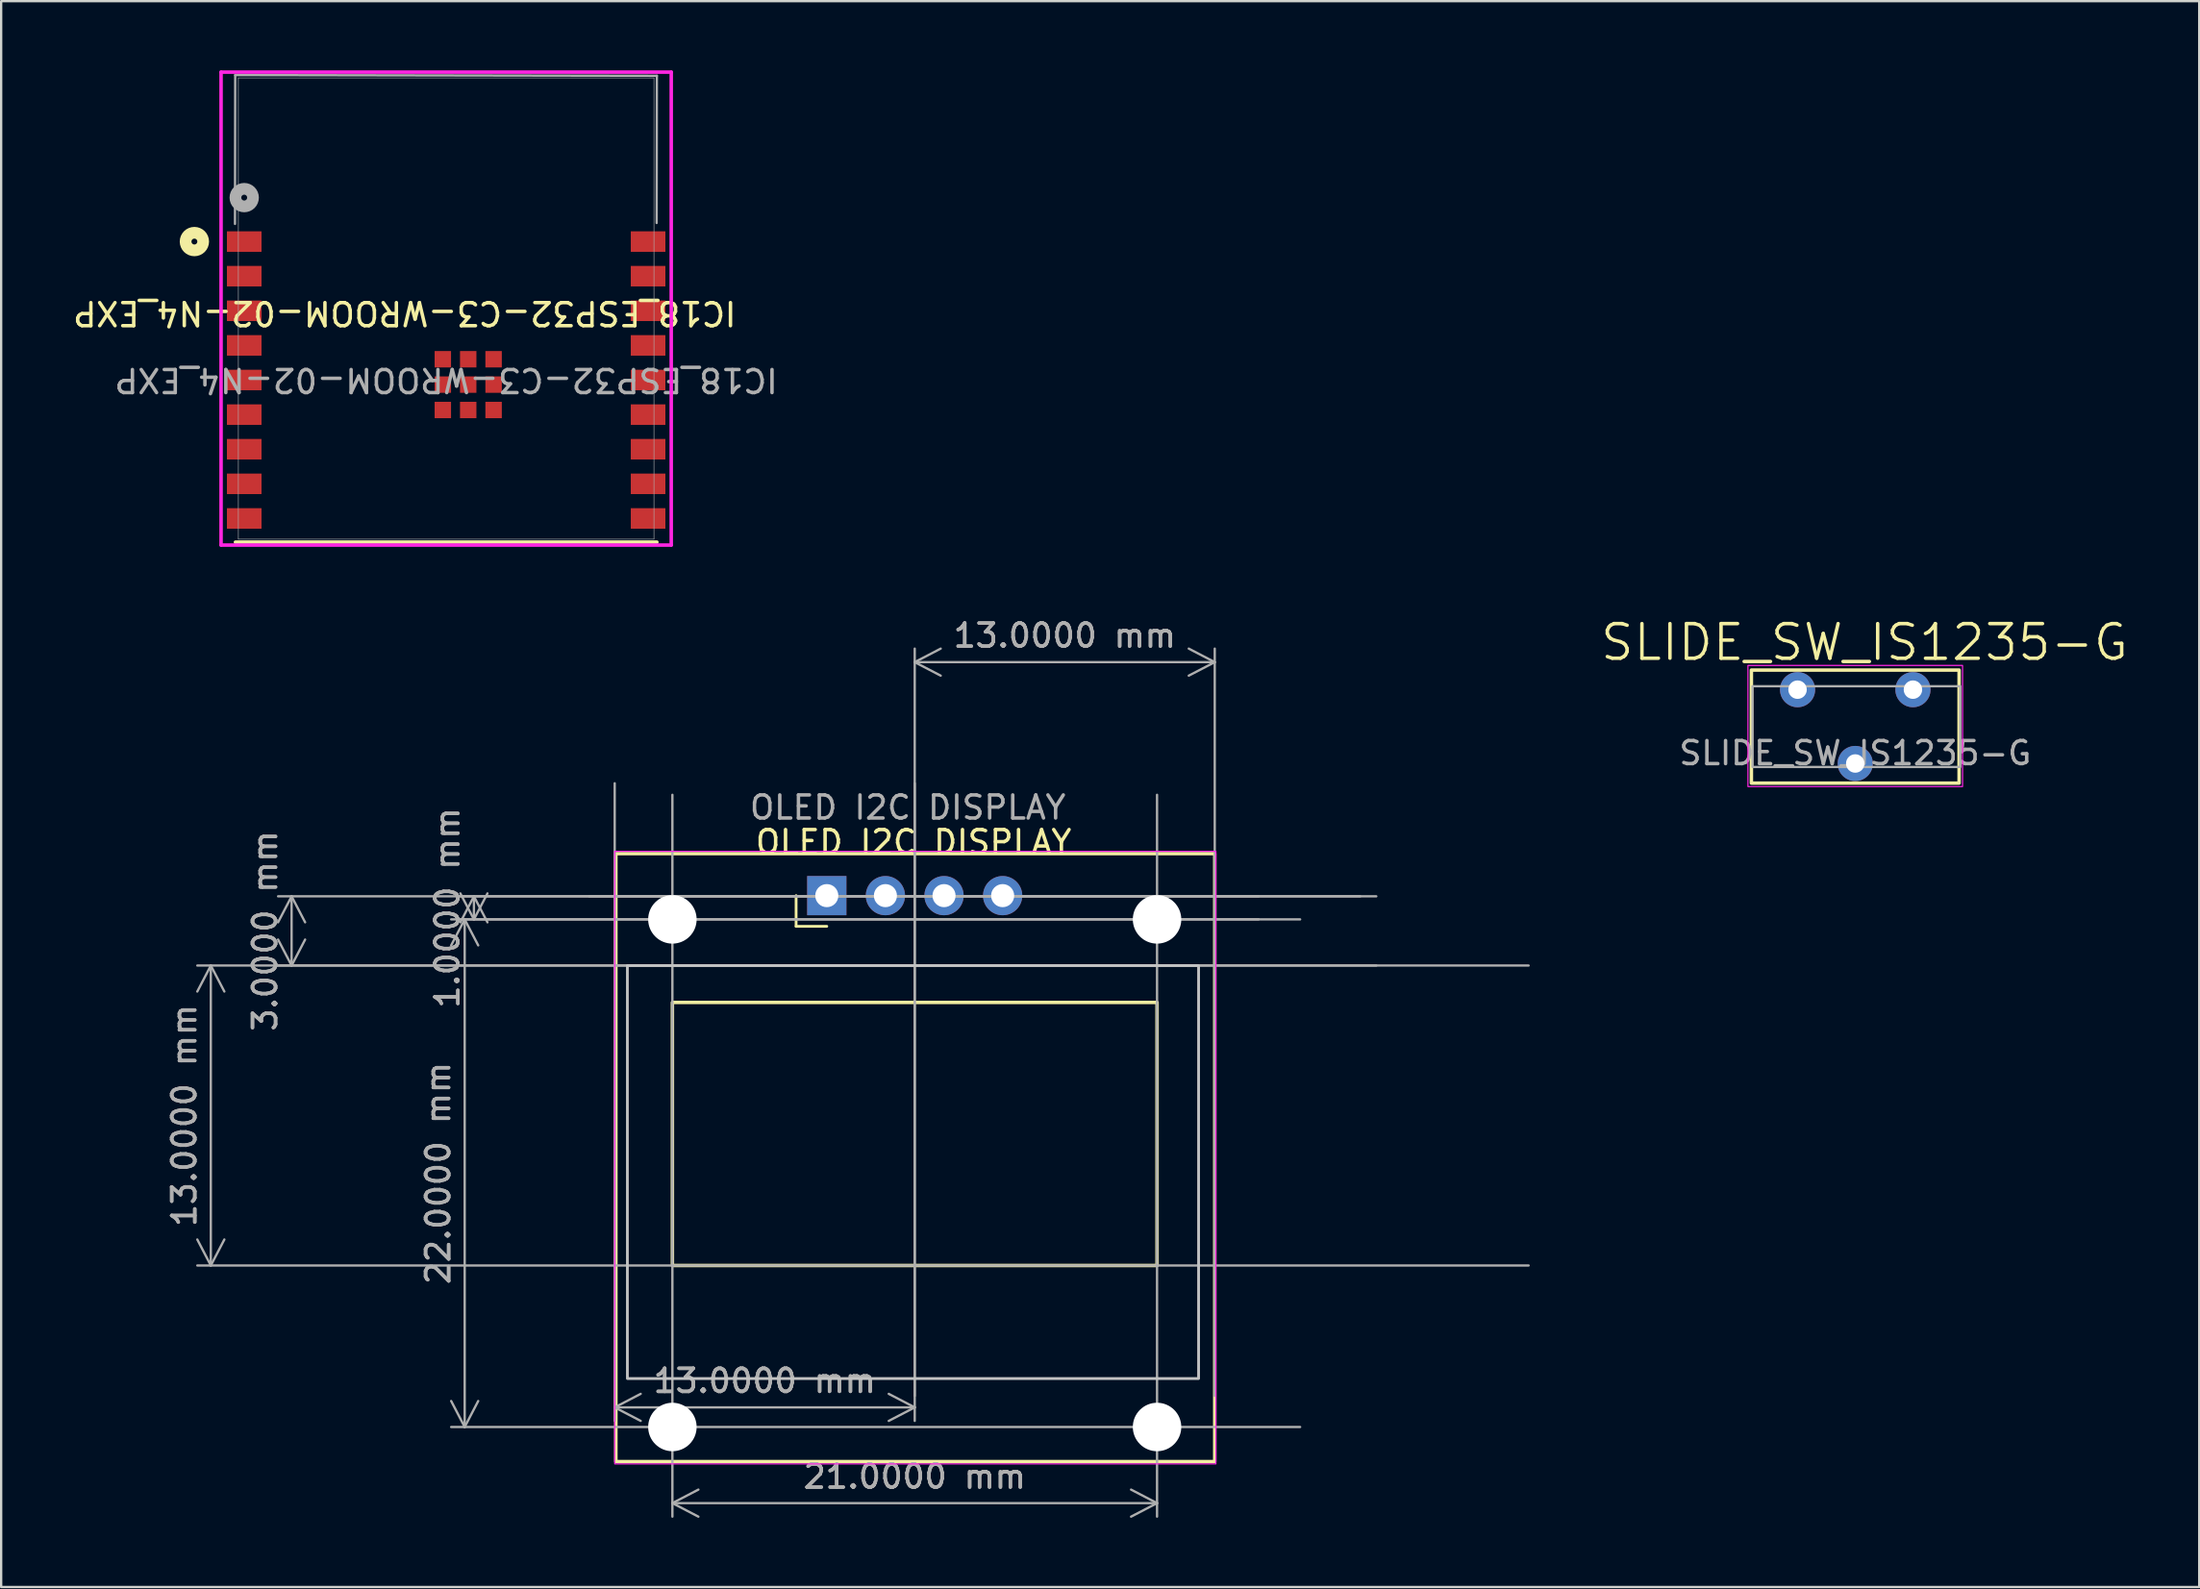
<source format=kicad_pcb>
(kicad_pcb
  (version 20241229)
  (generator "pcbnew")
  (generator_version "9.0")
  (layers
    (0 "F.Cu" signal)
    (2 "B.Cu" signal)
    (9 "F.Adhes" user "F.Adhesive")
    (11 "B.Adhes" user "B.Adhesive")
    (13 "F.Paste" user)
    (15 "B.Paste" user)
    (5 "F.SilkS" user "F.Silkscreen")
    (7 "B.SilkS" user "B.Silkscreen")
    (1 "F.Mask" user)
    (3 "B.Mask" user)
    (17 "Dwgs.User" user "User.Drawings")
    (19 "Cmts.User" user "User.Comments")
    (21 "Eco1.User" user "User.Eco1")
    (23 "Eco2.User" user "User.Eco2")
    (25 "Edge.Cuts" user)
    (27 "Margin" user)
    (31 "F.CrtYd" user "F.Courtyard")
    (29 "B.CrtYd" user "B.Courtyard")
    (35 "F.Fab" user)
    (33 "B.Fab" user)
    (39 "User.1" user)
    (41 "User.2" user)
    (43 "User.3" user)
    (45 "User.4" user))
  (footprint "SLIDE_SW_IS1235-G"
    (layer "F.Cu")
    (at 77.338 26.841)
    (property "Reference" "SLIDE_SW_IS1235-G" (at 0.4 -2.05 0) (unlocked yes) (layer "F.SilkS") (effects (font (size 1.5 1.5) (thickness 0.15))))
    (attr through_hole)
    (fp_rect (start -4.5 -0.85) (end 4.5 4.05) (stroke (width 0.15) (type default)) (fill no) (layer "F.SilkS"))
    (fp_rect (start -4.65 -1.05) (end 4.65 4.2) (stroke (width 0.05) (type default)) (fill no) (layer "F.CrtYd"))
    (fp_rect (start -4.45 -0.15) (end 4.55 3.35) (stroke (width 0.1) (type default)) (fill no) (layer "F.Fab"))
    (fp_text user "${REFERENCE}" (at 0 2.75 0) (unlocked yes) (layer "F.Fab") (effects (font (size 1 1) (thickness 0.15))))
    (pad "1" thru_hole circle (at -2.5 0) (size 1.524 1.524) (drill 0.8) (layers "*.Cu" "*.Mask"))
    (pad "2" thru_hole circle (at 0 3.2) (size 1.524 1.524) (drill 0.8) (layers "*.Cu" "*.Mask"))
    (pad "3" thru_hole circle (at 2.5 0) (size 1.524 1.524) (drill 0.8) (layers "*.Cu" "*.Mask")))
  (footprint "OLED I2C DISPLAY"
    (layer "F.Cu")
    (at 36.585 40.398)
    (property "Reference" "OLED I2C DISPLAY" (at -0.05 -6.95 180) (layer "F.SilkS") (effects (font (size 1 1) (thickness 0.15))))
    (attr through_hole)
    (fp_line (start -5.14 -3.3) (end -5.14 -4.63) (stroke (width 0.12) (type solid)) (layer "F.SilkS"))
    (fp_line (start -3.81 -3.3) (end -5.14 -3.3) (stroke (width 0.12) (type solid)) (layer "F.SilkS"))
    (fp_rect (start -12.95 -6.45) (end 13 19.9) (stroke (width 0.15) (type default)) (fill no) (layer "F.SilkS"))
    (fp_rect (start -10.5 0) (end 10.5 11.4) (stroke (width 0.15) (type default)) (fill no) (layer "F.SilkS"))
    (fp_rect (start -12.45 -1.6) (end 12.3 16.3) (stroke (width 0.12) (type default)) (fill no) (layer "Dwgs.User"))
    (fp_rect (start -13 -6.55) (end 13.05 20) (stroke (width 0.05) (type default)) (fill no) (layer "F.CrtYd"))
    (fp_line (start 19.3 -4.6) (end -14.1 -4.6) (stroke (width 0.1) (type default)) (layer "F.Fab"))
    (fp_text user "${REFERENCE}" (at -0.3 -8.45 180) (layer "F.Fab") (effects (font (size 1 1) (thickness 0.15))))
    (dimension (type aligned) (layer "F.Fab") (pts (xy 36.585 57.948) (xy 49.585 57.948)) (height -32.3) (format (prefix "") (suffix "") (units 3) (units_format 1) (precision 4)) (style (thickness 0.1) (arrow_length 1.27) (text_position_mode 0) (arrow_direction outward) (extension_height 0.586) (extension_offset 0.5) (keep_text_aligned yes)) (gr_text "13.0000 mm" (at 43.085 24.498 0) (layer "F.Fab") (effects (font (size 1 1) (thickness 0.15)))))
    (dimension (type aligned) (layer "F.Fab") (pts (xy 63.685 38.798) (xy 63.685 51.798)) (height 57.6) (format (prefix "") (suffix "") (units 3) (units_format 1) (precision 4)) (style (thickness 0.1) (arrow_length 1.27) (text_position_mode 0) (arrow_direction outward) (extension_height 0.586) (extension_offset 0.5) (keep_text_aligned yes)) (gr_text "13.0000 mm" (at 4.935 45.298 90) (layer "F.Fab") (effects (font (size 1 1) (thickness 0.15)))))
    (dimension (type aligned) (layer "F.Fab") (pts (xy 53.785 36.798) (xy 53.785 58.798)) (height 36.7) (format (prefix "") (suffix "") (units 3) (units_format 1) (precision 4)) (style (thickness 0.1) (arrow_length 1.27) (text_position_mode 0) (arrow_direction outward) (extension_height 0.586) (extension_offset 0.5) (keep_text_aligned yes)) (gr_text "22.0000 mm" (at 15.935 47.798 90) (layer "F.Fab") (effects (font (size 1 1) (thickness 0.15)))))
    (dimension (type aligned) (layer "F.Fab") (pts (xy 57.085 35.798) (xy 57.085 38.798)) (height 47.5) (format (prefix "") (suffix "") (units 3) (units_format 1) (precision 4)) (style (thickness 0.1) (arrow_length 1.27) (text_position_mode 0) (arrow_direction outward) (extension_height 0.586) (extension_offset 0.5) (keep_text_aligned yes)) (gr_text "3.0000 mm" (at 8.435 37.298 90) (layer "F.Fab") (effects (font (size 1 1) (thickness 0.15)))))
    (dimension (type aligned) (layer "F.Fab") (pts (xy 26.085 30.898) (xy 47.085 30.898)) (height 31.2) (format (prefix "") (suffix "") (units 3) (units_format 1) (precision 4)) (style (thickness 0.1) (arrow_length 1.27) (text_position_mode 0) (arrow_direction outward) (extension_height 0.586) (extension_offset 0.5) (keep_text_aligned yes)) (gr_text "21.0000 mm" (at 36.585 60.948 0) (layer "F.Fab") (effects (font (size 1 1) (thickness 0.15)))))
    (dimension (type aligned) (layer "F.Fab") (pts (xy 51.985 35.798) (xy 51.985 36.798)) (height 34.5) (format (prefix "") (suffix "") (units 3) (units_format 1) (precision 4)) (style (thickness 0.1) (arrow_length 1.27) (text_position_mode 0) (arrow_direction outward) (extension_height 0.586) (extension_offset 0.5) (keep_text_aligned yes)) (gr_text "1.0000 mm" (at 16.335 36.298 90) (layer "F.Fab") (effects (font (size 1 1) (thickness 0.15)))))
    (dimension (type aligned) (layer "F.Fab") (pts (xy 36.585 30.398) (xy 23.585 30.398)) (height -27.55) (format (prefix "") (suffix "") (units 3) (units_format 1) (precision 4)) (style (thickness 0.1) (arrow_length 1.27) (text_position_mode 0) (arrow_direction outward) (extension_height 0.586) (extension_offset 0.5) (keep_text_aligned yes)) (gr_text "13.0000 mm" (at 30.085 56.798 0) (layer "F.Fab") (effects (font (size 1 1) (thickness 0.15)))))
    (pad "" np_thru_hole circle (at -10.5 -3.6) (size 2.1 2.1) (drill 2.1) (layers "*.Cu" "*.Mask"))
    (pad "" np_thru_hole circle (at -10.5 18.4) (size 2.1 2.1) (drill 2.1) (layers "*.Cu" "*.Mask"))
    (pad "" np_thru_hole circle (at 10.5 -3.6) (size 2.1 2.1) (drill 2.1) (layers "*.Cu" "*.Mask"))
    (pad "" np_thru_hole circle (at 10.5 18.4) (size 2.1 2.1) (drill 2.1) (layers "*.Cu" "*.Mask"))
    (pad "1" thru_hole rect (at -3.81 -4.63 90) (size 1.7 1.7) (drill 1) (layers "*.Cu" "*.Mask"))
    (pad "2" thru_hole oval (at -1.27 -4.63 90) (size 1.7 1.7) (drill 1) (layers "*.Cu" "*.Mask"))
    (pad "3" thru_hole oval (at 1.27 -4.63 90) (size 1.7 1.7) (drill 1) (layers "*.Cu" "*.Mask"))
    (pad "4" thru_hole oval (at 3.81 -4.63 90) (size 1.7 1.7) (drill 1) (layers "*.Cu" "*.Mask")))
  (footprint "IC18_ESP32-C3-WROOM-02-N4_EXP"
    (layer "F.Cu")
    (at 16.282 10.325)
    (property "Reference" "IC18_ESP32-C3-WROOM-02-N4_EXP" (at -1.8 0.195 180) (unlocked yes) (layer "F.SilkS") (effects (font (size 1 1) (thickness 0.15))))
    (attr smd)
    (fp_line (start -9.131 10.122) (end 9.131 10.122) (stroke (width 0.152) (type solid)) (layer "F.SilkS"))
    (fp_circle (center -10.909 -2.905) (end -10.528 -2.905) (stroke (width 0.508) (type solid)) (fill no) (layer "F.SilkS"))
    (fp_line (start -9.753 -10.249) (end -9.753 10.249) (stroke (width 0.152) (type solid)) (layer "F.CrtYd"))
    (fp_line (start -9.753 10.249) (end 9.753 10.249) (stroke (width 0.152) (type solid)) (layer "F.CrtYd"))
    (fp_line (start 9.753 -10.249) (end -9.753 -10.249) (stroke (width 0.152) (type solid)) (layer "F.CrtYd"))
    (fp_line (start 9.753 10.249) (end 9.753 -10.249) (stroke (width 0.152) (type solid)) (layer "F.CrtYd"))
    (fp_line (start -9.14 -10.12) (end -9.15 -3.67) (stroke (width 0.1) (type solid)) (layer "F.Fab"))
    (fp_line (start -9.004 -9.995) (end -9.004 9.995) (stroke (width 0.025) (type solid)) (layer "F.Fab"))
    (fp_line (start -9.004 9.995) (end 9.004 9.995) (stroke (width 0.025) (type solid)) (layer "F.Fab"))
    (fp_line (start 9.004 -9.995) (end -9.004 -9.995) (stroke (width 0.025) (type solid)) (layer "F.Fab"))
    (fp_line (start 9.004 9.995) (end 9.004 -9.995) (stroke (width 0.025) (type solid)) (layer "F.Fab"))
    (fp_line (start 9.12 -3.71) (end 9.13 -10.09) (stroke (width 0.1) (type solid)) (layer "F.Fab"))
    (fp_line (start 9.13 -10.09) (end -9.14 -10.12) (stroke (width 0.1) (type solid)) (layer "F.Fab"))
    (fp_circle (center -8.75 -4.81) (end -8.369 -4.81) (stroke (width 0.508) (type solid)) (fill no) (layer "F.Fab"))
    (fp_text user "${REFERENCE}" (at 0 3.095 180) (unlocked yes) (layer "F.Fab") (effects (font (size 1 1) (thickness 0.15))))
    (pad "1" smd rect (at -8.75 -2.905 180) (size 1.499 0.889) (layers "F.Cu" "F.Mask" "F.Paste"))
    (pad "2" smd rect (at -8.75 -1.405 180) (size 1.499 0.889) (layers "F.Cu" "F.Mask" "F.Paste"))
    (pad "3" smd rect (at -8.75 0.095 180) (size 1.499 0.889) (layers "F.Cu" "F.Mask" "F.Paste"))
    (pad "4" smd rect (at -8.75 1.595 180) (size 1.499 0.889) (layers "F.Cu" "F.Mask" "F.Paste"))
    (pad "5" smd rect (at -8.75 3.095 180) (size 1.499 0.889) (layers "F.Cu" "F.Mask" "F.Paste"))
    (pad "6" smd rect (at -8.75 4.595 180) (size 1.499 0.889) (layers "F.Cu" "F.Mask" "F.Paste"))
    (pad "7" smd rect (at -8.75 6.095 180) (size 1.499 0.889) (layers "F.Cu" "F.Mask" "F.Paste"))
    (pad "8" smd rect (at -8.75 7.595 180) (size 1.499 0.889) (layers "F.Cu" "F.Mask" "F.Paste"))
    (pad "9" smd rect (at -8.75 9.095 180) (size 1.499 0.889) (layers "F.Cu" "F.Mask" "F.Paste"))
    (pad "10" smd rect (at 8.75 9.095 180) (size 1.499 0.889) (layers "F.Cu" "F.Mask" "F.Paste"))
    (pad "11" smd rect (at 8.75 7.595 180) (size 1.499 0.889) (layers "F.Cu" "F.Mask" "F.Paste"))
    (pad "12" smd rect (at 8.75 6.095 180) (size 1.499 0.889) (layers "F.Cu" "F.Mask" "F.Paste"))
    (pad "13" smd rect (at 8.75 4.595 180) (size 1.499 0.889) (layers "F.Cu" "F.Mask" "F.Paste"))
    (pad "14" smd rect (at 8.75 3.095 180) (size 1.499 0.889) (layers "F.Cu" "F.Mask" "F.Paste"))
    (pad "15" smd rect (at 8.75 1.595 180) (size 1.499 0.889) (layers "F.Cu" "F.Mask" "F.Paste"))
    (pad "16" smd rect (at 8.75 0.095 180) (size 1.499 0.889) (layers "F.Cu" "F.Mask" "F.Paste"))
    (pad "17" smd rect (at 8.75 -1.405 180) (size 1.499 0.889) (layers "F.Cu" "F.Mask" "F.Paste"))
    (pad "18" smd rect (at 8.75 -2.905 180) (size 1.499 0.889) (layers "F.Cu" "F.Mask" "F.Paste"))
    (pad "19" smd rect (at -0.144 2.195 180) (size 0.711 0.711) (layers "F.Cu" "F.Mask" "F.Paste"))
    (pad "20" smd rect (at 0.956 2.195 180) (size 0.711 0.711) (layers "F.Cu" "F.Mask" "F.Paste"))
    (pad "21" smd rect (at 2.056 2.195 180) (size 0.711 0.711) (layers "F.Cu" "F.Mask" "F.Paste"))
    (pad "22" smd rect (at -0.144 3.295 180) (size 0.711 0.711) (layers "F.Cu" "F.Mask" "F.Paste"))
    (pad "23" smd rect (at 0.956 3.295 180) (size 0.711 0.711) (layers "F.Cu" "F.Mask" "F.Paste"))
    (pad "24" smd rect (at 2.056 3.295 180) (size 0.711 0.711) (layers "F.Cu" "F.Mask" "F.Paste"))
    (pad "25" smd rect (at -0.144 4.395 180) (size 0.711 0.711) (layers "F.Cu" "F.Mask" "F.Paste"))
    (pad "26" smd rect (at 0.956 4.395 180) (size 0.711 0.711) (layers "F.Cu" "F.Mask" "F.Paste"))
    (pad "27" smd rect (at 2.056 4.395 180) (size 0.711 0.711) (layers "F.Cu" "F.Mask" "F.Paste")))
  (gr_rect
    (start -3 -3)
    (end 92.242 65.735)
    (stroke (width 0.1) (type default))
    (fill no)
    (layer "Edge.Cuts")))
</source>
